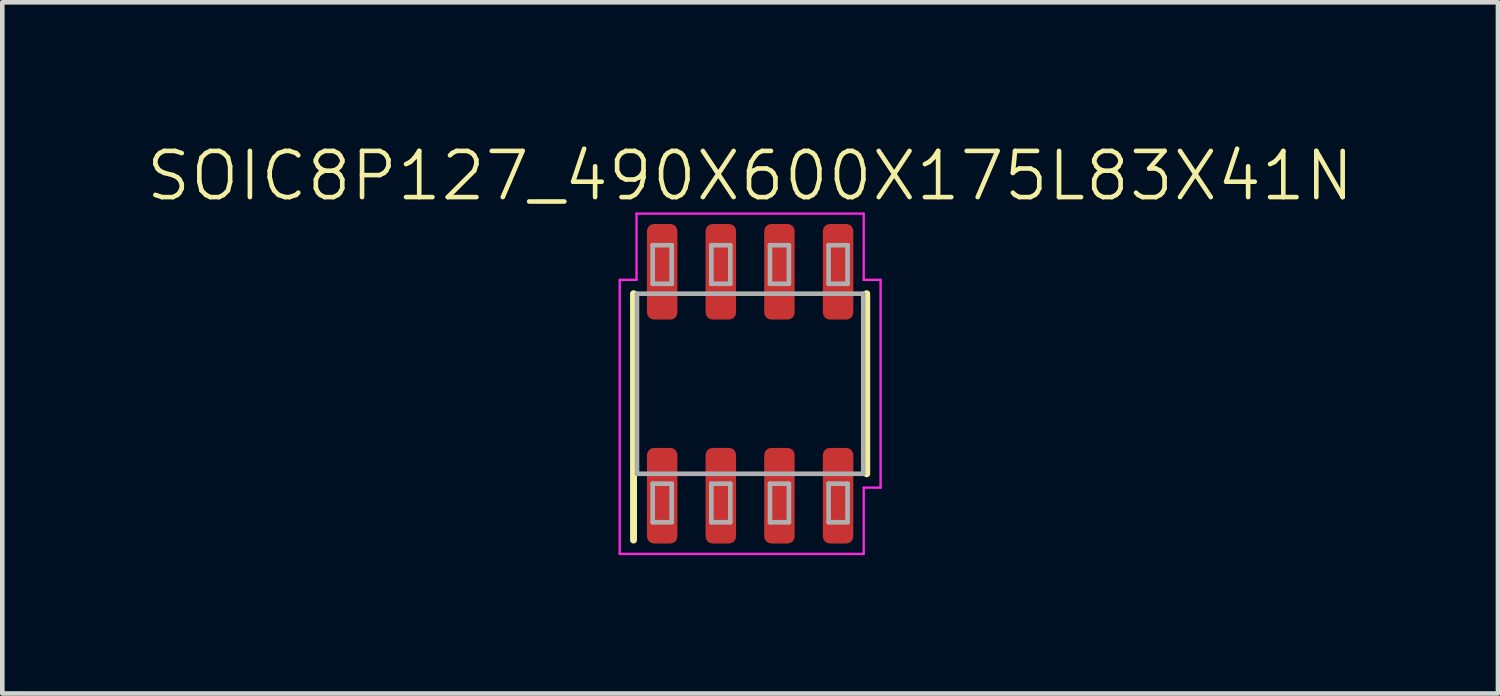
<source format=kicad_pcb>
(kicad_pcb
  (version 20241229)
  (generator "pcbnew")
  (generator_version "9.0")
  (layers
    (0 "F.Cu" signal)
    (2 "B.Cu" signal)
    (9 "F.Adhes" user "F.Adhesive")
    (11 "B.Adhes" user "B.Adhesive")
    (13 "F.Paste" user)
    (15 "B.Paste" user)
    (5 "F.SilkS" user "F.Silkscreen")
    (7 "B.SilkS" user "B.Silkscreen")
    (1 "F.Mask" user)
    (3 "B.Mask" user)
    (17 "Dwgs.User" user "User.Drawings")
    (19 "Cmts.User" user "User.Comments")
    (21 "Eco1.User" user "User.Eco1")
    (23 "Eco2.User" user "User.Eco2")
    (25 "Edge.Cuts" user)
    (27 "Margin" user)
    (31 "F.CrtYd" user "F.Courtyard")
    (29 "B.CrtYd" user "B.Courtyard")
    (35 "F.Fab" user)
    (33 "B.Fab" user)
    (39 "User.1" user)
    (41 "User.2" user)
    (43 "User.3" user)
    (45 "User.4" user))
  (footprint "SOIC8P127_490X600X175L83X41N"
    (layer "F.Cu")
    (at 13.196 5.261)
    (property "Reference" "SOIC8P127_490X600X175L83X41N" (at 0 -4.5 0) (unlocked yes) (layer "F.SilkS") (effects (font (size 1 1) (thickness 0.1))))
    (attr smd)
    (fp_line (start -2.525 3.385) (end -2.525 -1.95) (stroke (width 0.15) (type default)) (layer "F.SilkS"))
    (fp_line (start 2.525 1.95) (end 2.525 -1.95) (stroke (width 0.15) (type default)) (layer "F.SilkS"))
    (fp_line (start -2.825 -2.25) (end -2.46 -2.25) (stroke (width 0.05) (type default)) (layer "F.CrtYd"))
    (fp_line (start -2.825 3.685) (end -2.825 -2.25) (stroke (width 0.05) (type default)) (layer "F.CrtYd"))
    (fp_line (start -2.825 3.685) (end 2.46 3.685) (stroke (width 0.05) (type default)) (layer "F.CrtYd"))
    (fp_line (start -2.46 -3.685) (end 2.46 -3.685) (stroke (width 0.05) (type default)) (layer "F.CrtYd"))
    (fp_line (start -2.46 -2.25) (end -2.46 -3.685) (stroke (width 0.05) (type default)) (layer "F.CrtYd"))
    (fp_line (start 2.46 -3.685) (end 2.46 -2.25) (stroke (width 0.05) (type default)) (layer "F.CrtYd"))
    (fp_line (start 2.46 -2.25) (end 2.825 -2.25) (stroke (width 0.05) (type default)) (layer "F.CrtYd"))
    (fp_line (start 2.46 2.25) (end 2.825 2.25) (stroke (width 0.05) (type default)) (layer "F.CrtYd"))
    (fp_line (start 2.46 3.685) (end 2.46 2.25) (stroke (width 0.05) (type default)) (layer "F.CrtYd"))
    (fp_line (start 2.825 2.25) (end 2.825 -2.25) (stroke (width 0.05) (type default)) (layer "F.CrtYd"))
    (fp_line (start -2.45 -1.95) (end -2.45 1.95) (stroke (width 0.1) (type default)) (layer "F.Fab"))
    (fp_line (start -2.45 -1.95) (end 2.45 -1.95) (stroke (width 0.1) (type default)) (layer "F.Fab"))
    (fp_line (start -2.45 1.95) (end 2.45 1.95) (stroke (width 0.1) (type default)) (layer "F.Fab"))
    (fp_line (start -2.11 -3) (end -1.7 -3) (stroke (width 0.1) (type default)) (layer "F.Fab"))
    (fp_line (start -2.11 -2.165) (end -2.11 -3) (stroke (width 0.1) (type default)) (layer "F.Fab"))
    (fp_line (start -2.11 -2.165) (end -1.7 -2.165) (stroke (width 0.1) (type default)) (layer "F.Fab"))
    (fp_line (start -2.11 3) (end -2.11 2.165) (stroke (width 0.1) (type default)) (layer "F.Fab"))
    (fp_line (start -2.11 2.165) (end -1.7 2.165) (stroke (width 0.1) (type default)) (layer "F.Fab"))
    (fp_line (start -2.11 3) (end -1.7 3) (stroke (width 0.1) (type default)) (layer "F.Fab"))
    (fp_line (start -1.7 -2.165) (end -1.7 -3) (stroke (width 0.1) (type default)) (layer "F.Fab"))
    (fp_line (start -1.7 3) (end -1.7 2.165) (stroke (width 0.1) (type default)) (layer "F.Fab"))
    (fp_line (start -0.84 -3) (end -0.43 -3) (stroke (width 0.1) (type default)) (layer "F.Fab"))
    (fp_line (start -0.84 -2.165) (end -0.84 -3) (stroke (width 0.1) (type default)) (layer "F.Fab"))
    (fp_line (start -0.84 -2.165) (end -0.43 -2.165) (stroke (width 0.1) (type default)) (layer "F.Fab"))
    (fp_line (start -0.84 3) (end -0.84 2.165) (stroke (width 0.1) (type default)) (layer "F.Fab"))
    (fp_line (start -0.84 2.165) (end -0.43 2.165) (stroke (width 0.1) (type default)) (layer "F.Fab"))
    (fp_line (start -0.84 3) (end -0.43 3) (stroke (width 0.1) (type default)) (layer "F.Fab"))
    (fp_line (start -0.43 -2.165) (end -0.43 -3) (stroke (width 0.1) (type default)) (layer "F.Fab"))
    (fp_line (start -0.43 3) (end -0.43 2.165) (stroke (width 0.1) (type default)) (layer "F.Fab"))
    (fp_line (start 0.43 -3) (end 0.84 -3) (stroke (width 0.1) (type default)) (layer "F.Fab"))
    (fp_line (start 0.43 -2.165) (end 0.43 -3) (stroke (width 0.1) (type default)) (layer "F.Fab"))
    (fp_line (start 0.43 -2.165) (end 0.84 -2.165) (stroke (width 0.1) (type default)) (layer "F.Fab"))
    (fp_line (start 0.43 3) (end 0.43 2.165) (stroke (width 0.1) (type default)) (layer "F.Fab"))
    (fp_line (start 0.43 2.165) (end 0.84 2.165) (stroke (width 0.1) (type default)) (layer "F.Fab"))
    (fp_line (start 0.43 3) (end 0.84 3) (stroke (width 0.1) (type default)) (layer "F.Fab"))
    (fp_line (start 0.84 -2.165) (end 0.84 -3) (stroke (width 0.1) (type default)) (layer "F.Fab"))
    (fp_line (start 0.84 3) (end 0.84 2.165) (stroke (width 0.1) (type default)) (layer "F.Fab"))
    (fp_line (start 1.7 -3) (end 2.11 -3) (stroke (width 0.1) (type default)) (layer "F.Fab"))
    (fp_line (start 1.7 -2.165) (end 1.7 -3) (stroke (width 0.1) (type default)) (layer "F.Fab"))
    (fp_line (start 1.7 -2.165) (end 2.11 -2.165) (stroke (width 0.1) (type default)) (layer "F.Fab"))
    (fp_line (start 1.7 3) (end 1.7 2.165) (stroke (width 0.1) (type default)) (layer "F.Fab"))
    (fp_line (start 1.7 2.165) (end 2.11 2.165) (stroke (width 0.1) (type default)) (layer "F.Fab"))
    (fp_line (start 1.7 3) (end 2.11 3) (stroke (width 0.1) (type default)) (layer "F.Fab"))
    (fp_line (start 2.11 -2.165) (end 2.11 -3) (stroke (width 0.1) (type default)) (layer "F.Fab"))
    (fp_line (start 2.11 3) (end 2.11 2.165) (stroke (width 0.1) (type default)) (layer "F.Fab"))
    (fp_line (start 2.45 -1.95) (end 2.45 1.95) (stroke (width 0.1) (type default)) (layer "F.Fab"))
    (fp_line (start -2.45 -1.95) (end -2.45 1.95) (stroke (width 0.1) (type default)) (layer "User.2"))
    (fp_line (start -2.45 1.95) (end 2.45 1.95) (stroke (width 0.1) (type default)) (layer "User.2"))
    (fp_line (start -0.35 0) (end 0.35 0) (stroke (width 0.1) (type default)) (layer "User.2"))
    (fp_line (start 0 -0.35) (end 0 0.35) (stroke (width 0.1) (type default)) (layer "User.2"))
    (fp_line (start 2.45 -1.95) (end -2.45 -1.95) (stroke (width 0.1) (type default)) (layer "User.2"))
    (fp_line (start 2.45 1.95) (end 2.45 -1.95) (stroke (width 0.1) (type default)) (layer "User.2"))
    (fp_circle (center 0 0) (end 0 0.25) (stroke (width 0.1) (type default)) (fill no) (layer "User.2"))
    (fp_text user "${REFERENCE}" (at 0 0 0) (unlocked yes) (layer "User.3") (effects (font (size 1 1) (thickness 0.15))))
    (pad "1" smd roundrect (at -1.905 2.425 90) (size 2.07 0.66) (layers "F.Cu" "F.Mask" "F.Paste") (roundrect_rratio 0.23))
    (pad "2" smd roundrect (at -0.635 2.425 90) (size 2.07 0.66) (layers "F.Cu" "F.Mask" "F.Paste") (roundrect_rratio 0.23))
    (pad "3" smd roundrect (at 0.635 2.425 90) (size 2.07 0.66) (layers "F.Cu" "F.Mask" "F.Paste") (roundrect_rratio 0.23))
    (pad "4" smd roundrect (at 1.905 2.425 90) (size 2.07 0.66) (layers "F.Cu" "F.Mask" "F.Paste") (roundrect_rratio 0.23))
    (pad "5" smd roundrect (at 1.905 -2.425 90) (size 2.07 0.66) (layers "F.Cu" "F.Mask" "F.Paste") (roundrect_rratio 0.23))
    (pad "6" smd roundrect (at 0.635 -2.425 90) (size 2.07 0.66) (layers "F.Cu" "F.Mask" "F.Paste") (roundrect_rratio 0.23))
    (pad "7" smd roundrect (at -0.635 -2.425 90) (size 2.07 0.66) (layers "F.Cu" "F.Mask" "F.Paste") (roundrect_rratio 0.23))
    (pad "8" smd roundrect (at -1.905 -2.425 90) (size 2.07 0.66) (layers "F.Cu" "F.Mask" "F.Paste") (roundrect_rratio 0.23)))
  (gr_rect
    (start -3 -3)
    (end 29.393 11.97)
    (stroke (width 0.1) (type default))
    (fill no)
    (layer "Edge.Cuts")))
</source>
